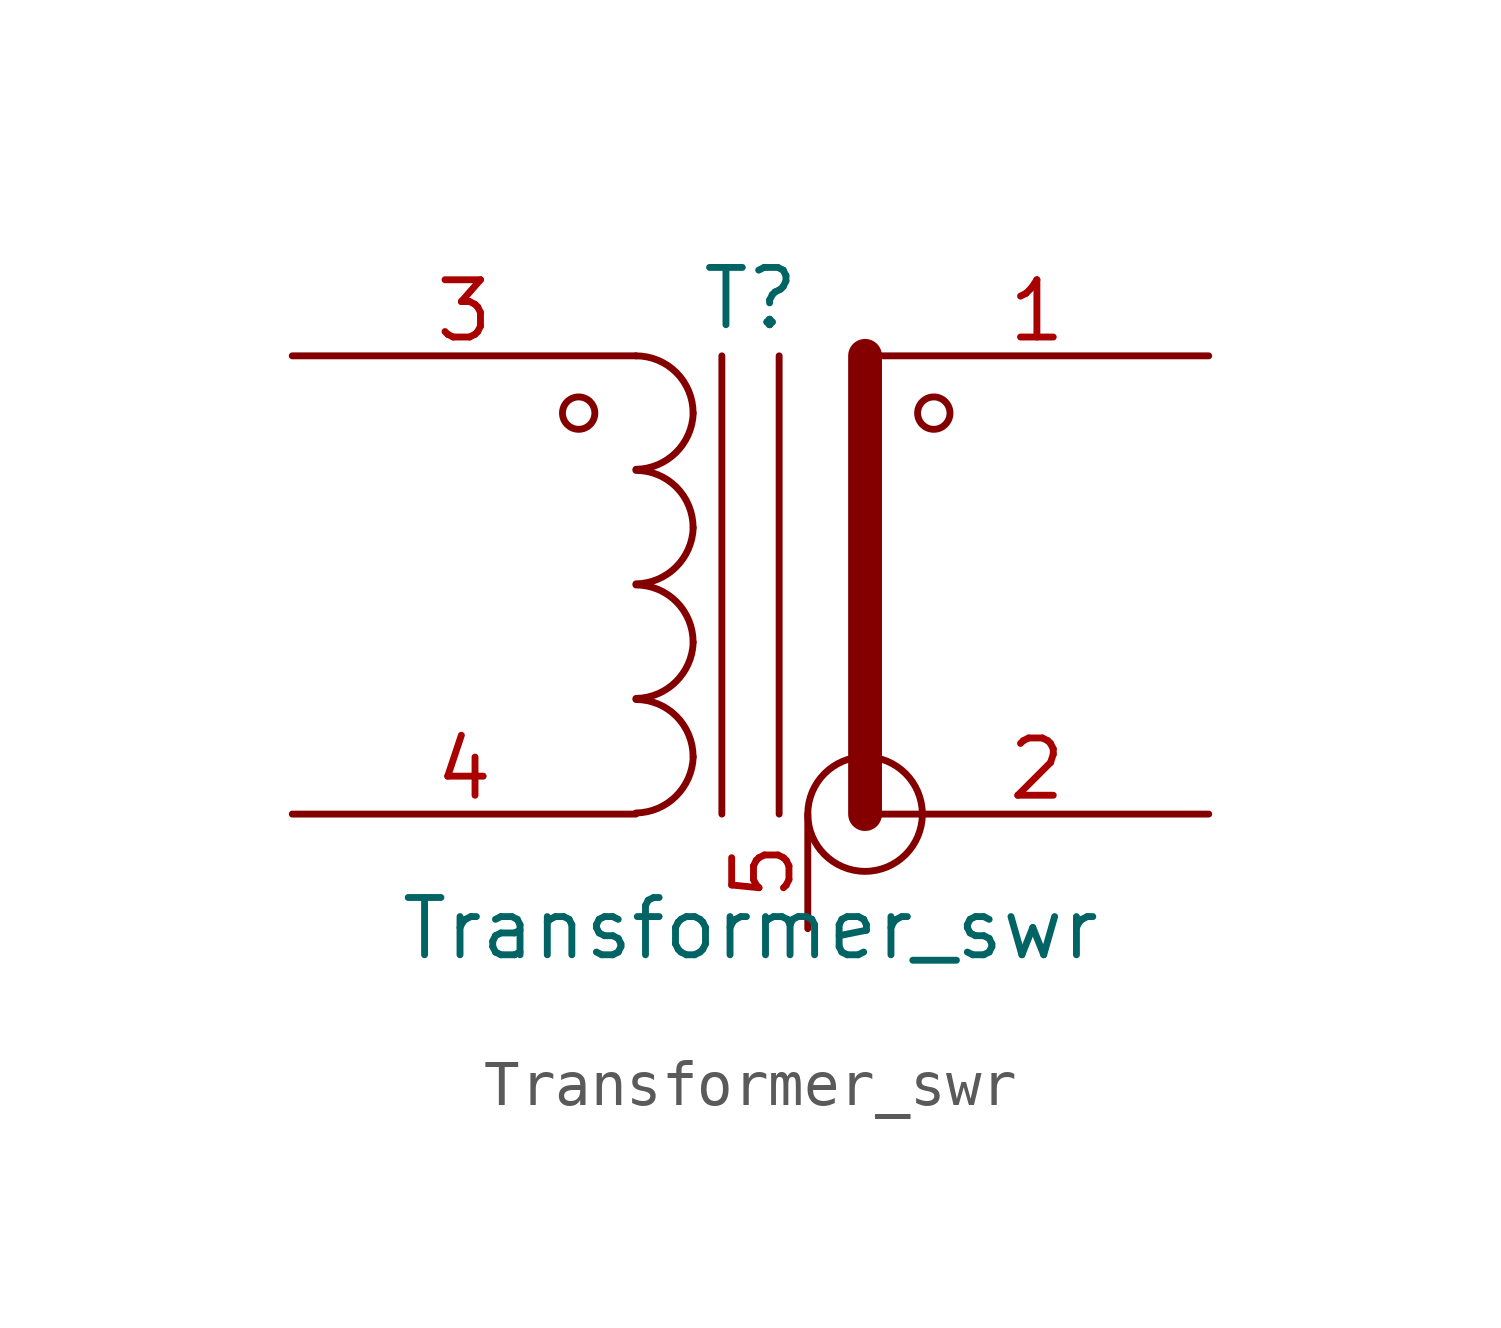
<source format=kicad_sym>
(kicad_symbol_lib
  (version 20211014)
  (generator kicad_symbol_editor)
  (symbol "Transformer_swr"
    (pin_names
      (offset 1.016) hide)
    (property "Reference" "T"
      (at 0 6.35 0)
      (effects (font (size 1.27 1.27))))
    (property "Value" "Transformer_swr"
      (at 0 -7.62 0)
      (effects (font (size 1.27 1.27))))
    (symbol "Transformer_swr_0_1"
      (circle (center -3.81 3.81) (radius 0.359) (stroke (width 0) (type default) (color 0 0 0 0)) (fill (type none)))
      (arc (start -2.54 -5.0546) (mid -1.6599 -4.6901) (end -1.27 -3.81) (stroke (width 0) (type default) (color 0 0 0 0)) (fill (type none)))
      (arc (start -2.54 -2.5146) (mid -1.6599 -2.1501) (end -1.27 -1.27) (stroke (width 0) (type default) (color 0 0 0 0)) (fill (type none)))
      (arc (start -2.54 0.0254) (mid -1.6599 0.3899) (end -1.27 1.27) (stroke (width 0) (type default) (color 0 0 0 0)) (fill (type none)))
      (arc (start -2.54 2.5654) (mid -1.6599 2.9299) (end -1.27 3.81) (stroke (width 0) (type default) (color 0 0 0 0)) (fill (type none)))
      (arc (start -1.27 -3.81) (mid -1.642 -2.912) (end -2.54 -2.54) (stroke (width 0) (type default) (color 0 0 0 0)) (fill (type none)))
      (arc (start -1.27 -1.27) (mid -1.642 -0.372) (end -2.54 0) (stroke (width 0) (type default) (color 0 0 0 0)) (fill (type none)))
      (arc (start -1.27 1.27) (mid -1.642 2.168) (end -2.54 2.54) (stroke (width 0) (type default) (color 0 0 0 0)) (fill (type none)))
      (arc (start -1.27 3.81) (mid -1.642 4.708) (end -2.54 5.08) (stroke (width 0) (type default) (color 0 0 0 0)) (fill (type none)))
      (polyline (pts (xy -0.635 5.08) (xy -0.635 -5.08)) (stroke (width 0) (type default) (color 0 0 0 0)) (fill (type none)))
      (polyline (pts (xy 0.635 -5.08) (xy 0.635 5.08)) (stroke (width 0) (type default) (color 0 0 0 0)) (fill (type none)))
      (polyline (pts (xy 2.54 5.08) (xy 2.54 -5.08)) (stroke (width 0.75) (type default) (color 0 0 0 0)) (fill (type none)))
      (circle (center 2.54 -5.08) (radius 1.27) (stroke (width 0) (type default) (color 0 0 0 0)) (fill (type none)))
      (circle (center 4.064 3.81) (radius 0.359) (stroke (width 0) (type default) (color 0 0 0 0)) (fill (type none))))
    (symbol "Transformer_swr_1_1"
      (pin passive line (at 10.16 5.08 180) (length 7.62) (name "SB" (effects (font (size 1.27 1.27)))) (number "1" (effects (font (size 1.27 1.27)))))
      (pin passive line (at 10.16 -5.08 180) (length 7.62) (name "SA" (effects (font (size 1.27 1.27)))) (number "2" (effects (font (size 1.27 1.27)))))
      (pin passive line (at -10.16 5.08 0) (length 7.62) (name "AA" (effects (font (size 1.27 1.27)))) (number "3" (effects (font (size 1.27 1.27)))))
      (pin passive line (at -10.16 -5.08 0) (length 7.62) (name "AB" (effects (font (size 1.27 1.27)))) (number "4" (effects (font (size 1.27 1.27)))))
      (pin passive line (at 1.27 -7.62 90) (length 2.54) (name "shield" (effects (font (size 1.27 1.27)))) (number "5" (effects (font (size 1.27 1.27))))))))
</source>
